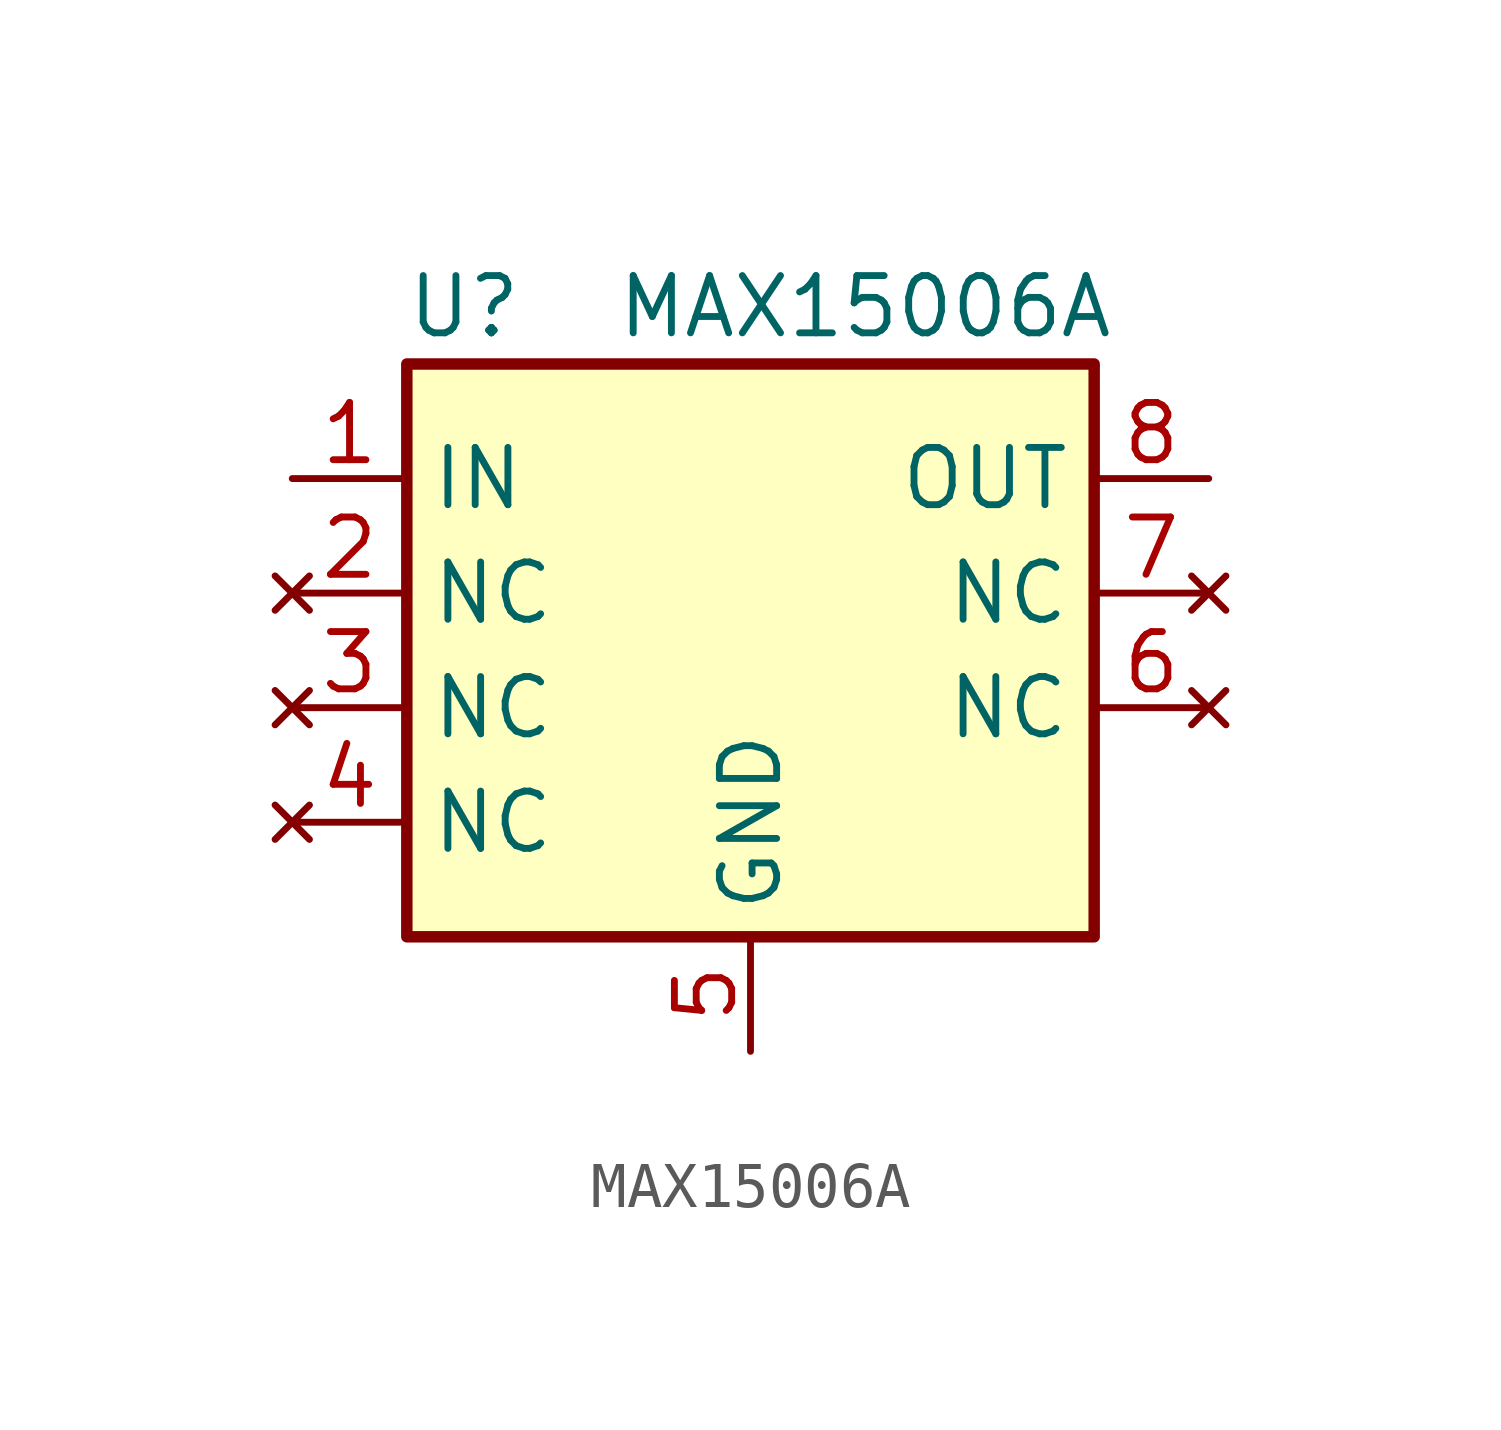
<source format=kicad_sym>
(kicad_symbol_lib
  (version 20231120)
  (generator "kicad_symbol_editor")
  (generator_version "8.0")
  (symbol "MAX15006A"
    (property "Reference" "U"
      (at -6.35 6.35 0)
      (effects (font (size 1.27 1.27))))
    (property "Value" "MAX15006A"
      (at 2.54 6.35 0)
      (effects (font (size 1.27 1.27))))
    (symbol "MAX15006A_0_0"
      (pin no_connect line (at 10.16 -2.54 180) (length 2.54) (name "NC" (effects (font (size 1.27 1.27)))) (number "6" (effects (font (size 1.27 1.27)))))
      (pin no_connect line (at 10.16 0 180) (length 2.54) (name "NC" (effects (font (size 1.27 1.27)))) (number "7" (effects (font (size 1.27 1.27)))))
      (pin passive line (at 10.16 2.54 180) (length 2.54) (name "OUT" (effects (font (size 1.27 1.27)))) (number "8" (effects (font (size 1.27 1.27))))))
    (symbol "MAX15006A_1_1"
      (rectangle (start -7.62 5.08) (end 7.62 -7.62) (stroke (width 0.254) (type default)) (fill (type background)))
      (pin passive line (at -10.16 2.54 0) (length 2.54) (name "IN" (effects (font (size 1.27 1.27)))) (number "1" (effects (font (size 1.27 1.27)))))
      (pin no_connect line (at -10.16 0 0) (length 2.54) (name "NC" (effects (font (size 1.27 1.27)))) (number "2" (effects (font (size 1.27 1.27)))))
      (pin no_connect line (at -10.16 -2.54 0) (length 2.54) (name "NC" (effects (font (size 1.27 1.27)))) (number "3" (effects (font (size 1.27 1.27)))))
      (pin no_connect line (at -10.16 -5.08 0) (length 2.54) (name "NC" (effects (font (size 1.27 1.27)))) (number "4" (effects (font (size 1.27 1.27)))))
      (pin passive line (at 0 -10.16 90) (length 2.54) (name "GND" (effects (font (size 1.27 1.27)))) (number "5" (effects (font (size 1.27 1.27))))))))
</source>
